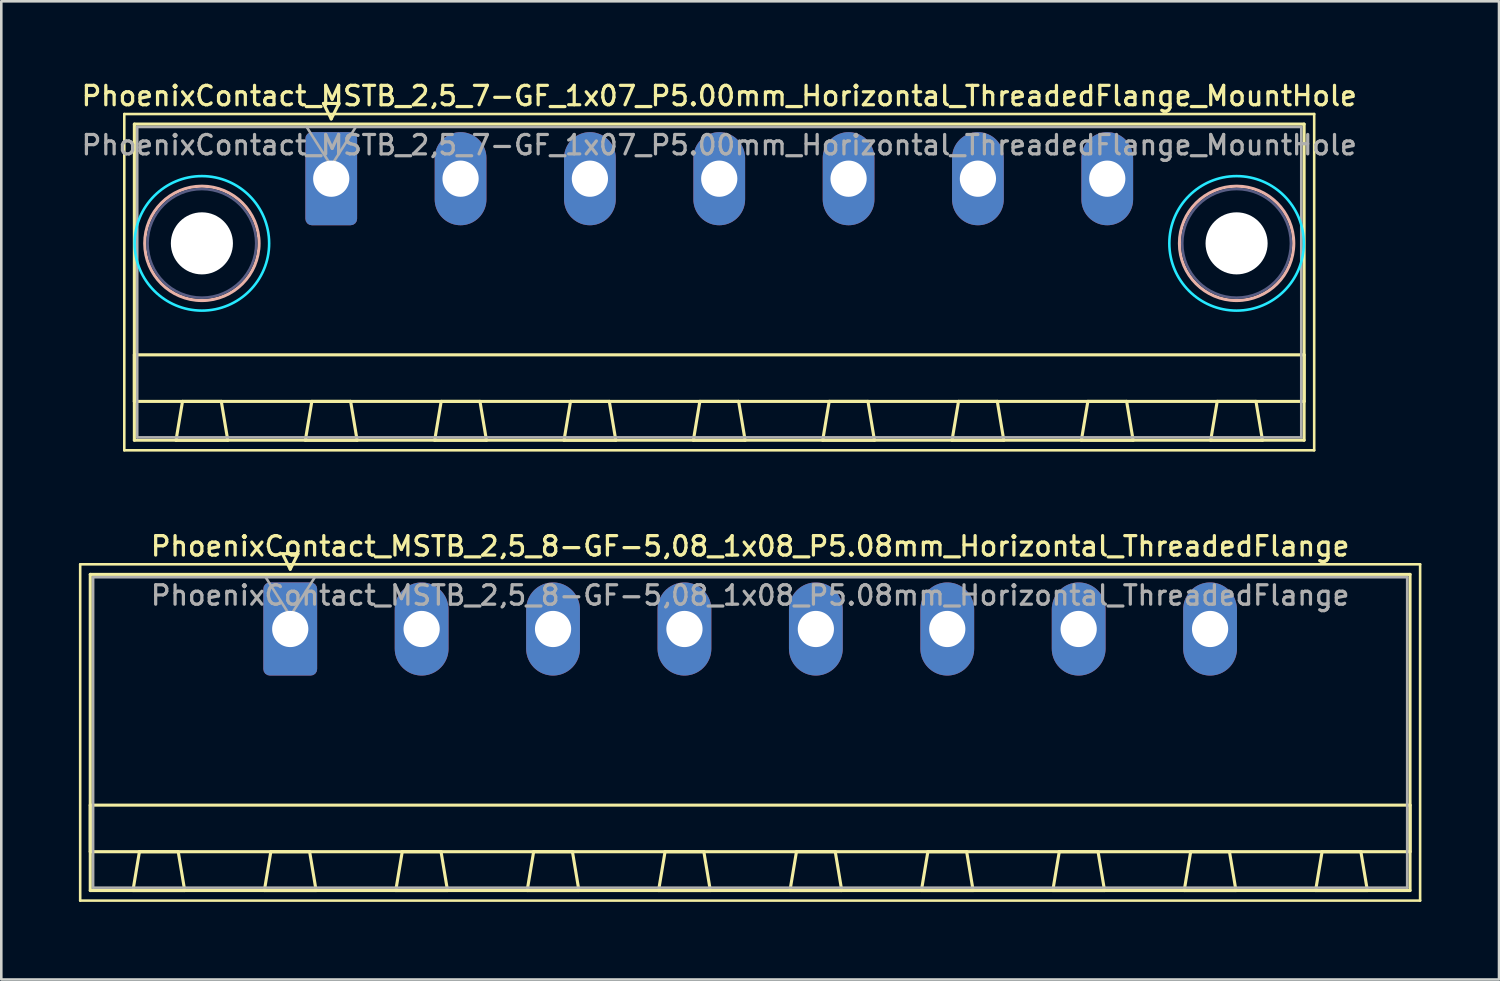
<source format=kicad_pcb>
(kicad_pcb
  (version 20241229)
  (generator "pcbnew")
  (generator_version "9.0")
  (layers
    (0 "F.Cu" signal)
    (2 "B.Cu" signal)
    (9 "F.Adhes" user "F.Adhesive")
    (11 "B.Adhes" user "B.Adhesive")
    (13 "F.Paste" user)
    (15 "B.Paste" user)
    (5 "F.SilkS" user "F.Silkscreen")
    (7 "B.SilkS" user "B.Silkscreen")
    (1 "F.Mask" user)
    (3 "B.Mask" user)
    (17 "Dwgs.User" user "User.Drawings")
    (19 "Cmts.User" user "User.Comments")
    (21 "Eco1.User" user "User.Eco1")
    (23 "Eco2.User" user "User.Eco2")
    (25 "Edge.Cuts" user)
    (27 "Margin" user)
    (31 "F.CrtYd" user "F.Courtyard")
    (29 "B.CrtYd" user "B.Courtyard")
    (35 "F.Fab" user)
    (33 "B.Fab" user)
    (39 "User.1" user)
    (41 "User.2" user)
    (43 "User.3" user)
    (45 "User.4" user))
  (footprint "PhoenixContact_MSTB_2,5_7-GF_1x07_P5.00mm_Horizontal_ThreadedFlange_MountHole"
    (layer "F.Cu")
    (at 9.755 3.858)
    (property "Reference" "PhoenixContact_MSTB_2,5_7-GF_1x07_P5.00mm_Horizontal_ThreadedFlange_MountHole" (at 15 -3.2 0) (layer "F.SilkS") (effects (font (size 0.75 0.75) (thickness 0.125))))
    (attr through_hole)
    (fp_line (start -8 -2.5) (end -8 10.5) (stroke (width 0.1) (type solid)) (layer "F.SilkS"))
    (fp_line (start -8 10.5) (end 38 10.5) (stroke (width 0.1) (type solid)) (layer "F.SilkS"))
    (fp_line (start -7.61 -2.11) (end -7.61 10.11) (stroke (width 0.12) (type solid)) (layer "F.SilkS"))
    (fp_line (start -7.61 6.81) (end 37.61 6.81) (stroke (width 0.12) (type solid)) (layer "F.SilkS"))
    (fp_line (start -7.61 8.61) (end -7.61 6.81) (stroke (width 0.12) (type solid)) (layer "F.SilkS"))
    (fp_line (start -7.61 10.11) (end 37.61 10.11) (stroke (width 0.12) (type solid)) (layer "F.SilkS"))
    (fp_line (start -6 10.11) (end -4 10.11) (stroke (width 0.12) (type solid)) (layer "F.SilkS"))
    (fp_line (start -5.75 8.61) (end -6 10.11) (stroke (width 0.12) (type solid)) (layer "F.SilkS"))
    (fp_line (start -4.25 8.61) (end -5.75 8.61) (stroke (width 0.12) (type solid)) (layer "F.SilkS"))
    (fp_line (start -4 10.11) (end -4.25 8.61) (stroke (width 0.12) (type solid)) (layer "F.SilkS"))
    (fp_line (start -1 10.11) (end 1 10.11) (stroke (width 0.12) (type solid)) (layer "F.SilkS"))
    (fp_line (start -0.75 8.61) (end -1 10.11) (stroke (width 0.12) (type solid)) (layer "F.SilkS"))
    (fp_line (start -0.3 -2.91) (end 0.3 -2.91) (stroke (width 0.12) (type solid)) (layer "F.SilkS"))
    (fp_line (start 0 -2.31) (end -0.3 -2.91) (stroke (width 0.12) (type solid)) (layer "F.SilkS"))
    (fp_line (start 0.3 -2.91) (end 0 -2.31) (stroke (width 0.12) (type solid)) (layer "F.SilkS"))
    (fp_line (start 0.75 8.61) (end -0.75 8.61) (stroke (width 0.12) (type solid)) (layer "F.SilkS"))
    (fp_line (start 1 10.11) (end 0.75 8.61) (stroke (width 0.12) (type solid)) (layer "F.SilkS"))
    (fp_line (start 4 10.11) (end 6 10.11) (stroke (width 0.12) (type solid)) (layer "F.SilkS"))
    (fp_line (start 4.25 8.61) (end 4 10.11) (stroke (width 0.12) (type solid)) (layer "F.SilkS"))
    (fp_line (start 5.75 8.61) (end 4.25 8.61) (stroke (width 0.12) (type solid)) (layer "F.SilkS"))
    (fp_line (start 6 10.11) (end 5.75 8.61) (stroke (width 0.12) (type solid)) (layer "F.SilkS"))
    (fp_line (start 9 10.11) (end 11 10.11) (stroke (width 0.12) (type solid)) (layer "F.SilkS"))
    (fp_line (start 9.25 8.61) (end 9 10.11) (stroke (width 0.12) (type solid)) (layer "F.SilkS"))
    (fp_line (start 10.75 8.61) (end 9.25 8.61) (stroke (width 0.12) (type solid)) (layer "F.SilkS"))
    (fp_line (start 11 10.11) (end 10.75 8.61) (stroke (width 0.12) (type solid)) (layer "F.SilkS"))
    (fp_line (start 14 10.11) (end 16 10.11) (stroke (width 0.12) (type solid)) (layer "F.SilkS"))
    (fp_line (start 14.25 8.61) (end 14 10.11) (stroke (width 0.12) (type solid)) (layer "F.SilkS"))
    (fp_line (start 15.75 8.61) (end 14.25 8.61) (stroke (width 0.12) (type solid)) (layer "F.SilkS"))
    (fp_line (start 16 10.11) (end 15.75 8.61) (stroke (width 0.12) (type solid)) (layer "F.SilkS"))
    (fp_line (start 19 10.11) (end 21 10.11) (stroke (width 0.12) (type solid)) (layer "F.SilkS"))
    (fp_line (start 19.25 8.61) (end 19 10.11) (stroke (width 0.12) (type solid)) (layer "F.SilkS"))
    (fp_line (start 20.75 8.61) (end 19.25 8.61) (stroke (width 0.12) (type solid)) (layer "F.SilkS"))
    (fp_line (start 21 10.11) (end 20.75 8.61) (stroke (width 0.12) (type solid)) (layer "F.SilkS"))
    (fp_line (start 24 10.11) (end 26 10.11) (stroke (width 0.12) (type solid)) (layer "F.SilkS"))
    (fp_line (start 24.25 8.61) (end 24 10.11) (stroke (width 0.12) (type solid)) (layer "F.SilkS"))
    (fp_line (start 25.75 8.61) (end 24.25 8.61) (stroke (width 0.12) (type solid)) (layer "F.SilkS"))
    (fp_line (start 26 10.11) (end 25.75 8.61) (stroke (width 0.12) (type solid)) (layer "F.SilkS"))
    (fp_line (start 29 10.11) (end 31 10.11) (stroke (width 0.12) (type solid)) (layer "F.SilkS"))
    (fp_line (start 29.25 8.61) (end 29 10.11) (stroke (width 0.12) (type solid)) (layer "F.SilkS"))
    (fp_line (start 30.75 8.61) (end 29.25 8.61) (stroke (width 0.12) (type solid)) (layer "F.SilkS"))
    (fp_line (start 31 10.11) (end 30.75 8.61) (stroke (width 0.12) (type solid)) (layer "F.SilkS"))
    (fp_line (start 34 10.11) (end 36 10.11) (stroke (width 0.12) (type solid)) (layer "F.SilkS"))
    (fp_line (start 34.25 8.61) (end 34 10.11) (stroke (width 0.12) (type solid)) (layer "F.SilkS"))
    (fp_line (start 35.75 8.61) (end 34.25 8.61) (stroke (width 0.12) (type solid)) (layer "F.SilkS"))
    (fp_line (start 36 10.11) (end 35.75 8.61) (stroke (width 0.12) (type solid)) (layer "F.SilkS"))
    (fp_line (start 37.61 -2.11) (end -7.61 -2.11) (stroke (width 0.12) (type solid)) (layer "F.SilkS"))
    (fp_line (start 37.61 6.81) (end 37.61 8.61) (stroke (width 0.12) (type solid)) (layer "F.SilkS"))
    (fp_line (start 37.61 8.61) (end -7.61 8.61) (stroke (width 0.12) (type solid)) (layer "F.SilkS"))
    (fp_line (start 37.61 10.11) (end 37.61 -2.11) (stroke (width 0.12) (type solid)) (layer "F.SilkS"))
    (fp_line (start 38 -2.5) (end -8 -2.5) (stroke (width 0.1) (type solid)) (layer "F.SilkS"))
    (fp_line (start 38 10.5) (end 38 -2.5) (stroke (width 0.1) (type solid)) (layer "F.SilkS"))
    (fp_circle (center -5 2.5) (end -2.79 2.5) (stroke (width 0.12) (type solid)) (fill no) (layer "B.SilkS"))
    (fp_circle (center 35 2.5) (end 37.21 2.5) (stroke (width 0.12) (type solid)) (fill no) (layer "B.SilkS"))
    (fp_circle (center -5 2.5) (end -2.4 2.5) (stroke (width 0.1) (type solid)) (fill no) (layer "B.CrtYd"))
    (fp_circle (center 35 2.5) (end 37.6 2.5) (stroke (width 0.1) (type solid)) (fill no) (layer "B.CrtYd"))
    (fp_circle (center -5 2.5) (end -2.9 2.5) (stroke (width 0.1) (type solid)) (fill no) (layer "B.Fab"))
    (fp_circle (center 35 2.5) (end 37.1 2.5) (stroke (width 0.1) (type solid)) (fill no) (layer "B.Fab"))
    (fp_line (start -7.5 -2) (end -7.5 10) (stroke (width 0.1) (type solid)) (layer "F.Fab"))
    (fp_line (start -7.5 10) (end 37.5 10) (stroke (width 0.1) (type solid)) (layer "F.Fab"))
    (fp_line (start 0 -0.5) (end -0.95 -2) (stroke (width 0.1) (type solid)) (layer "F.Fab"))
    (fp_line (start 0.95 -2) (end 0 -0.5) (stroke (width 0.1) (type solid)) (layer "F.Fab"))
    (fp_line (start 37.5 -2) (end -7.5 -2) (stroke (width 0.1) (type solid)) (layer "F.Fab"))
    (fp_line (start 37.5 10) (end 37.5 -2) (stroke (width 0.1) (type solid)) (layer "F.Fab"))
    (fp_text user "${REFERENCE}" (at 15 -1.3 0) (layer "F.Fab") (effects (font (size 0.75 0.75) (thickness 0.125))))
    (pad "" np_thru_hole circle (at -5 2.5) (size 2.4 2.4) (drill 2.4) (layers "*.Cu" "*.Mask"))
    (pad "" np_thru_hole circle (at 35 2.5) (size 2.4 2.4) (drill 2.4) (layers "*.Cu" "*.Mask"))
    (pad "1" thru_hole roundrect (at 0 0) (size 2 3.6) (drill 1.4) (layers "*.Cu" "*.Mask") (roundrect_rratio 0.125))
    (pad "2" thru_hole oval (at 5 0) (size 2 3.6) (drill 1.4) (layers "*.Cu" "*.Mask"))
    (pad "3" thru_hole oval (at 10 0) (size 2 3.6) (drill 1.4) (layers "*.Cu" "*.Mask"))
    (pad "4" thru_hole oval (at 15 0) (size 2 3.6) (drill 1.4) (layers "*.Cu" "*.Mask"))
    (pad "5" thru_hole oval (at 20 0) (size 2 3.6) (drill 1.4) (layers "*.Cu" "*.Mask"))
    (pad "6" thru_hole oval (at 25 0) (size 2 3.6) (drill 1.4) (layers "*.Cu" "*.Mask"))
    (pad "7" thru_hole oval (at 30 0) (size 2 3.6) (drill 1.4) (layers "*.Cu" "*.Mask")))
  (footprint "PhoenixContact_MSTB_2,5_8-GF-5,08_1x08_P5.08mm_Horizontal_ThreadedFlange"
    (layer "F.Cu")
    (at 8.17 21.266)
    (property "Reference" "PhoenixContact_MSTB_2,5_8-GF-5,08_1x08_P5.08mm_Horizontal_ThreadedFlange" (at 17.78 -3.2 0) (layer "F.SilkS") (effects (font (size 0.75 0.75) (thickness 0.125))))
    (attr through_hole)
    (fp_line (start -8.12 -2.5) (end -8.12 10.5) (stroke (width 0.1) (type solid)) (layer "F.SilkS"))
    (fp_line (start -8.12 10.5) (end 43.68 10.5) (stroke (width 0.1) (type solid)) (layer "F.SilkS"))
    (fp_line (start -7.73 -2.11) (end -7.73 10.11) (stroke (width 0.12) (type solid)) (layer "F.SilkS"))
    (fp_line (start -7.73 6.81) (end 43.29 6.81) (stroke (width 0.12) (type solid)) (layer "F.SilkS"))
    (fp_line (start -7.73 8.61) (end -7.73 6.81) (stroke (width 0.12) (type solid)) (layer "F.SilkS"))
    (fp_line (start -7.73 10.11) (end 43.29 10.11) (stroke (width 0.12) (type solid)) (layer "F.SilkS"))
    (fp_line (start -6.08 10.11) (end -4.08 10.11) (stroke (width 0.12) (type solid)) (layer "F.SilkS"))
    (fp_line (start -5.83 8.61) (end -6.08 10.11) (stroke (width 0.12) (type solid)) (layer "F.SilkS"))
    (fp_line (start -4.33 8.61) (end -5.83 8.61) (stroke (width 0.12) (type solid)) (layer "F.SilkS"))
    (fp_line (start -4.08 10.11) (end -4.33 8.61) (stroke (width 0.12) (type solid)) (layer "F.SilkS"))
    (fp_line (start -1 10.11) (end 1 10.11) (stroke (width 0.12) (type solid)) (layer "F.SilkS"))
    (fp_line (start -0.75 8.61) (end -1 10.11) (stroke (width 0.12) (type solid)) (layer "F.SilkS"))
    (fp_line (start -0.3 -2.91) (end 0.3 -2.91) (stroke (width 0.12) (type solid)) (layer "F.SilkS"))
    (fp_line (start 0 -2.31) (end -0.3 -2.91) (stroke (width 0.12) (type solid)) (layer "F.SilkS"))
    (fp_line (start 0.3 -2.91) (end 0 -2.31) (stroke (width 0.12) (type solid)) (layer "F.SilkS"))
    (fp_line (start 0.75 8.61) (end -0.75 8.61) (stroke (width 0.12) (type solid)) (layer "F.SilkS"))
    (fp_line (start 1 10.11) (end 0.75 8.61) (stroke (width 0.12) (type solid)) (layer "F.SilkS"))
    (fp_line (start 4.08 10.11) (end 6.08 10.11) (stroke (width 0.12) (type solid)) (layer "F.SilkS"))
    (fp_line (start 4.33 8.61) (end 4.08 10.11) (stroke (width 0.12) (type solid)) (layer "F.SilkS"))
    (fp_line (start 5.83 8.61) (end 4.33 8.61) (stroke (width 0.12) (type solid)) (layer "F.SilkS"))
    (fp_line (start 6.08 10.11) (end 5.83 8.61) (stroke (width 0.12) (type solid)) (layer "F.SilkS"))
    (fp_line (start 9.16 10.11) (end 11.16 10.11) (stroke (width 0.12) (type solid)) (layer "F.SilkS"))
    (fp_line (start 9.41 8.61) (end 9.16 10.11) (stroke (width 0.12) (type solid)) (layer "F.SilkS"))
    (fp_line (start 10.91 8.61) (end 9.41 8.61) (stroke (width 0.12) (type solid)) (layer "F.SilkS"))
    (fp_line (start 11.16 10.11) (end 10.91 8.61) (stroke (width 0.12) (type solid)) (layer "F.SilkS"))
    (fp_line (start 14.24 10.11) (end 16.24 10.11) (stroke (width 0.12) (type solid)) (layer "F.SilkS"))
    (fp_line (start 14.49 8.61) (end 14.24 10.11) (stroke (width 0.12) (type solid)) (layer "F.SilkS"))
    (fp_line (start 15.99 8.61) (end 14.49 8.61) (stroke (width 0.12) (type solid)) (layer "F.SilkS"))
    (fp_line (start 16.24 10.11) (end 15.99 8.61) (stroke (width 0.12) (type solid)) (layer "F.SilkS"))
    (fp_line (start 19.32 10.11) (end 21.32 10.11) (stroke (width 0.12) (type solid)) (layer "F.SilkS"))
    (fp_line (start 19.57 8.61) (end 19.32 10.11) (stroke (width 0.12) (type solid)) (layer "F.SilkS"))
    (fp_line (start 21.07 8.61) (end 19.57 8.61) (stroke (width 0.12) (type solid)) (layer "F.SilkS"))
    (fp_line (start 21.32 10.11) (end 21.07 8.61) (stroke (width 0.12) (type solid)) (layer "F.SilkS"))
    (fp_line (start 24.4 10.11) (end 26.4 10.11) (stroke (width 0.12) (type solid)) (layer "F.SilkS"))
    (fp_line (start 24.65 8.61) (end 24.4 10.11) (stroke (width 0.12) (type solid)) (layer "F.SilkS"))
    (fp_line (start 26.15 8.61) (end 24.65 8.61) (stroke (width 0.12) (type solid)) (layer "F.SilkS"))
    (fp_line (start 26.4 10.11) (end 26.15 8.61) (stroke (width 0.12) (type solid)) (layer "F.SilkS"))
    (fp_line (start 29.48 10.11) (end 31.48 10.11) (stroke (width 0.12) (type solid)) (layer "F.SilkS"))
    (fp_line (start 29.73 8.61) (end 29.48 10.11) (stroke (width 0.12) (type solid)) (layer "F.SilkS"))
    (fp_line (start 31.23 8.61) (end 29.73 8.61) (stroke (width 0.12) (type solid)) (layer "F.SilkS"))
    (fp_line (start 31.48 10.11) (end 31.23 8.61) (stroke (width 0.12) (type solid)) (layer "F.SilkS"))
    (fp_line (start 34.56 10.11) (end 36.56 10.11) (stroke (width 0.12) (type solid)) (layer "F.SilkS"))
    (fp_line (start 34.81 8.61) (end 34.56 10.11) (stroke (width 0.12) (type solid)) (layer "F.SilkS"))
    (fp_line (start 36.31 8.61) (end 34.81 8.61) (stroke (width 0.12) (type solid)) (layer "F.SilkS"))
    (fp_line (start 36.56 10.11) (end 36.31 8.61) (stroke (width 0.12) (type solid)) (layer "F.SilkS"))
    (fp_line (start 39.64 10.11) (end 41.64 10.11) (stroke (width 0.12) (type solid)) (layer "F.SilkS"))
    (fp_line (start 39.89 8.61) (end 39.64 10.11) (stroke (width 0.12) (type solid)) (layer "F.SilkS"))
    (fp_line (start 41.39 8.61) (end 39.89 8.61) (stroke (width 0.12) (type solid)) (layer "F.SilkS"))
    (fp_line (start 41.64 10.11) (end 41.39 8.61) (stroke (width 0.12) (type solid)) (layer "F.SilkS"))
    (fp_line (start 43.29 -2.11) (end -7.73 -2.11) (stroke (width 0.12) (type solid)) (layer "F.SilkS"))
    (fp_line (start 43.29 6.81) (end 43.29 8.61) (stroke (width 0.12) (type solid)) (layer "F.SilkS"))
    (fp_line (start 43.29 8.61) (end -7.73 8.61) (stroke (width 0.12) (type solid)) (layer "F.SilkS"))
    (fp_line (start 43.29 10.11) (end 43.29 -2.11) (stroke (width 0.12) (type solid)) (layer "F.SilkS"))
    (fp_line (start 43.68 -2.5) (end -8.12 -2.5) (stroke (width 0.1) (type solid)) (layer "F.SilkS"))
    (fp_line (start 43.68 10.5) (end 43.68 -2.5) (stroke (width 0.1) (type solid)) (layer "F.SilkS"))
    (fp_line (start -7.62 -2) (end -7.62 10) (stroke (width 0.1) (type solid)) (layer "F.Fab"))
    (fp_line (start -7.62 10) (end 43.18 10) (stroke (width 0.1) (type solid)) (layer "F.Fab"))
    (fp_line (start 0 -0.5) (end -0.95 -2) (stroke (width 0.1) (type solid)) (layer "F.Fab"))
    (fp_line (start 0.95 -2) (end 0 -0.5) (stroke (width 0.1) (type solid)) (layer "F.Fab"))
    (fp_line (start 43.18 -2) (end -7.62 -2) (stroke (width 0.1) (type solid)) (layer "F.Fab"))
    (fp_line (start 43.18 10) (end 43.18 -2) (stroke (width 0.1) (type solid)) (layer "F.Fab"))
    (fp_text user "${REFERENCE}" (at 17.78 -1.3 0) (layer "F.Fab") (effects (font (size 0.75 0.75) (thickness 0.125))))
    (pad "1" thru_hole roundrect (at 0 0) (size 2.08 3.6) (drill 1.4) (layers "*.Cu" "*.Mask") (roundrect_rratio 0.12))
    (pad "2" thru_hole oval (at 5.08 0) (size 2.08 3.6) (drill 1.4) (layers "*.Cu" "*.Mask"))
    (pad "3" thru_hole oval (at 10.16 0) (size 2.08 3.6) (drill 1.4) (layers "*.Cu" "*.Mask"))
    (pad "4" thru_hole oval (at 15.24 0) (size 2.08 3.6) (drill 1.4) (layers "*.Cu" "*.Mask"))
    (pad "5" thru_hole oval (at 20.32 0) (size 2.08 3.6) (drill 1.4) (layers "*.Cu" "*.Mask"))
    (pad "6" thru_hole oval (at 25.4 0) (size 2.08 3.6) (drill 1.4) (layers "*.Cu" "*.Mask"))
    (pad "7" thru_hole oval (at 30.48 0) (size 2.08 3.6) (drill 1.4) (layers "*.Cu" "*.Mask"))
    (pad "8" thru_hole oval (at 35.56 0) (size 2.08 3.6) (drill 1.4) (layers "*.Cu" "*.Mask")))
  (gr_rect
    (start -3 -3)
    (end 54.9 34.816)
    (stroke (width 0.1) (type default))
    (fill no)
    (layer "Edge.Cuts")))
</source>
